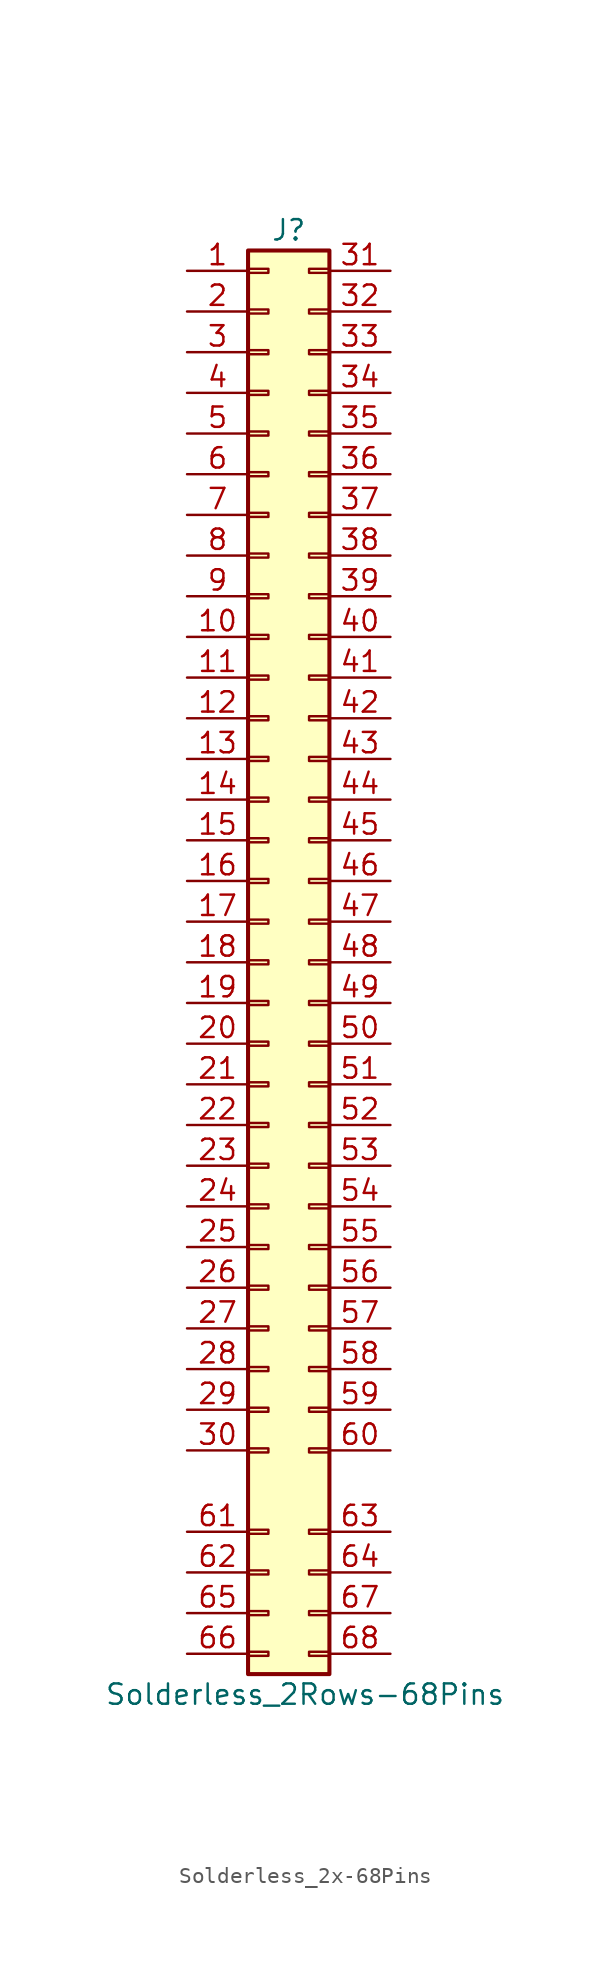
<source format=kicad_sym>
(kicad_symbol_lib
  (version 20220914)
  (generator kicad_symbol_editor)
  (symbol "Solderless_2x-68Pins"
    (pin_names
      (offset 1.016) hide)
    (property "Reference" "J"
      (at 1.27 45.72 0)
      (effects (font (size 1.27 1.27))))
    (property "Value" "Solderless_2Rows-68Pins"
      (at 2.286 -45.72 0)
      (effects (font (size 1.27 1.27))))
    (symbol "Solderless_2x-68Pins_1_1"
      (rectangle (start -1.27 -43.053) (end 0 -43.307) (stroke (width 0.152) (type default)) (fill (type none)))
      (rectangle (start -1.27 -40.513) (end 0 -40.767) (stroke (width 0.152) (type default)) (fill (type none)))
      (rectangle (start -1.27 -37.973) (end 0 -38.227) (stroke (width 0.152) (type default)) (fill (type none)))
      (rectangle (start -1.27 -35.433) (end 0 -35.687) (stroke (width 0.152) (type default)) (fill (type none)))
      (rectangle (start -1.27 -30.353) (end 0 -30.607) (stroke (width 0.152) (type default)) (fill (type none)))
      (rectangle (start -1.27 -27.813) (end 0 -28.067) (stroke (width 0.152) (type default)) (fill (type none)))
      (rectangle (start -1.27 -25.273) (end 0 -25.527) (stroke (width 0.152) (type default)) (fill (type none)))
      (rectangle (start -1.27 -22.733) (end 0 -22.987) (stroke (width 0.152) (type default)) (fill (type none)))
      (rectangle (start -1.27 -20.193) (end 0 -20.447) (stroke (width 0.152) (type default)) (fill (type none)))
      (rectangle (start -1.27 -17.653) (end 0 -17.907) (stroke (width 0.152) (type default)) (fill (type none)))
      (rectangle (start -1.27 -15.113) (end 0 -15.367) (stroke (width 0.152) (type default)) (fill (type none)))
      (rectangle (start -1.27 -12.573) (end 0 -12.827) (stroke (width 0.152) (type default)) (fill (type none)))
      (rectangle (start -1.27 -10.033) (end 0 -10.287) (stroke (width 0.152) (type default)) (fill (type none)))
      (rectangle (start -1.27 -7.493) (end 0 -7.747) (stroke (width 0.152) (type default)) (fill (type none)))
      (rectangle (start -1.27 -4.953) (end 0 -5.207) (stroke (width 0.152) (type default)) (fill (type none)))
      (rectangle (start -1.27 -2.413) (end 0 -2.667) (stroke (width 0.152) (type default)) (fill (type none)))
      (rectangle (start -1.27 0.127) (end 0 -0.127) (stroke (width 0.152) (type default)) (fill (type none)))
      (rectangle (start -1.27 2.667) (end 0 2.413) (stroke (width 0.152) (type default)) (fill (type none)))
      (rectangle (start -1.27 5.207) (end 0 4.953) (stroke (width 0.152) (type default)) (fill (type none)))
      (rectangle (start -1.27 7.747) (end 0 7.493) (stroke (width 0.152) (type default)) (fill (type none)))
      (rectangle (start -1.27 10.287) (end 0 10.033) (stroke (width 0.152) (type default)) (fill (type none)))
      (rectangle (start -1.27 12.827) (end 0 12.573) (stroke (width 0.152) (type default)) (fill (type none)))
      (rectangle (start -1.27 15.367) (end 0 15.113) (stroke (width 0.152) (type default)) (fill (type none)))
      (rectangle (start -1.27 17.907) (end 0 17.653) (stroke (width 0.152) (type default)) (fill (type none)))
      (rectangle (start -1.27 20.447) (end 0 20.193) (stroke (width 0.152) (type default)) (fill (type none)))
      (rectangle (start -1.27 22.987) (end 0 22.733) (stroke (width 0.152) (type default)) (fill (type none)))
      (rectangle (start -1.27 25.527) (end 0 25.273) (stroke (width 0.152) (type default)) (fill (type none)))
      (rectangle (start -1.27 28.067) (end 0 27.813) (stroke (width 0.152) (type default)) (fill (type none)))
      (rectangle (start -1.27 30.607) (end 0 30.353) (stroke (width 0.152) (type default)) (fill (type none)))
      (rectangle (start -1.27 33.147) (end 0 32.893) (stroke (width 0.152) (type default)) (fill (type none)))
      (rectangle (start -1.27 35.687) (end 0 35.433) (stroke (width 0.152) (type default)) (fill (type none)))
      (rectangle (start -1.27 38.227) (end 0 37.973) (stroke (width 0.152) (type default)) (fill (type none)))
      (rectangle (start -1.27 40.767) (end 0 40.513) (stroke (width 0.152) (type default)) (fill (type none)))
      (rectangle (start -1.27 43.307) (end 0 43.053) (stroke (width 0.152) (type default)) (fill (type none)))
      (rectangle (start -1.27 44.45) (end 3.81 -44.45) (stroke (width 0.254) (type default)) (fill (type background)))
      (rectangle (start 2.54 -43.053) (end 3.81 -43.307) (stroke (width 0.152) (type default)) (fill (type none)))
      (rectangle (start 3.81 -40.513) (end 2.54 -40.767) (stroke (width 0.152) (type default)) (fill (type none)))
      (rectangle (start 3.81 -37.973) (end 2.54 -38.227) (stroke (width 0.152) (type default)) (fill (type none)))
      (rectangle (start 3.81 -35.433) (end 2.54 -35.687) (stroke (width 0.152) (type default)) (fill (type none)))
      (rectangle (start 3.81 -30.353) (end 2.54 -30.607) (stroke (width 0.152) (type default)) (fill (type none)))
      (rectangle (start 3.81 -27.813) (end 2.54 -28.067) (stroke (width 0.152) (type default)) (fill (type none)))
      (rectangle (start 3.81 -25.273) (end 2.54 -25.527) (stroke (width 0.152) (type default)) (fill (type none)))
      (rectangle (start 3.81 -22.733) (end 2.54 -22.987) (stroke (width 0.152) (type default)) (fill (type none)))
      (rectangle (start 3.81 -20.193) (end 2.54 -20.447) (stroke (width 0.152) (type default)) (fill (type none)))
      (rectangle (start 3.81 -17.653) (end 2.54 -17.907) (stroke (width 0.152) (type default)) (fill (type none)))
      (rectangle (start 3.81 -15.113) (end 2.54 -15.367) (stroke (width 0.152) (type default)) (fill (type none)))
      (rectangle (start 3.81 -12.573) (end 2.54 -12.827) (stroke (width 0.152) (type default)) (fill (type none)))
      (rectangle (start 3.81 -10.033) (end 2.54 -10.287) (stroke (width 0.152) (type default)) (fill (type none)))
      (rectangle (start 3.81 -7.493) (end 2.54 -7.747) (stroke (width 0.152) (type default)) (fill (type none)))
      (rectangle (start 3.81 -4.953) (end 2.54 -5.207) (stroke (width 0.152) (type default)) (fill (type none)))
      (rectangle (start 3.81 -2.413) (end 2.54 -2.667) (stroke (width 0.152) (type default)) (fill (type none)))
      (rectangle (start 3.81 0.127) (end 2.54 -0.127) (stroke (width 0.152) (type default)) (fill (type none)))
      (rectangle (start 3.81 2.667) (end 2.54 2.413) (stroke (width 0.152) (type default)) (fill (type none)))
      (rectangle (start 3.81 5.207) (end 2.54 4.953) (stroke (width 0.152) (type default)) (fill (type none)))
      (rectangle (start 3.81 7.747) (end 2.54 7.493) (stroke (width 0.152) (type default)) (fill (type none)))
      (rectangle (start 3.81 10.287) (end 2.54 10.033) (stroke (width 0.152) (type default)) (fill (type none)))
      (rectangle (start 3.81 12.827) (end 2.54 12.573) (stroke (width 0.152) (type default)) (fill (type none)))
      (rectangle (start 3.81 15.367) (end 2.54 15.113) (stroke (width 0.152) (type default)) (fill (type none)))
      (rectangle (start 3.81 17.907) (end 2.54 17.653) (stroke (width 0.152) (type default)) (fill (type none)))
      (rectangle (start 3.81 20.447) (end 2.54 20.193) (stroke (width 0.152) (type default)) (fill (type none)))
      (rectangle (start 3.81 22.987) (end 2.54 22.733) (stroke (width 0.152) (type default)) (fill (type none)))
      (rectangle (start 3.81 25.527) (end 2.54 25.273) (stroke (width 0.152) (type default)) (fill (type none)))
      (rectangle (start 3.81 28.067) (end 2.54 27.813) (stroke (width 0.152) (type default)) (fill (type none)))
      (rectangle (start 3.81 30.607) (end 2.54 30.353) (stroke (width 0.152) (type default)) (fill (type none)))
      (rectangle (start 3.81 33.147) (end 2.54 32.893) (stroke (width 0.152) (type default)) (fill (type none)))
      (rectangle (start 3.81 35.687) (end 2.54 35.433) (stroke (width 0.152) (type default)) (fill (type none)))
      (rectangle (start 3.81 38.227) (end 2.54 37.973) (stroke (width 0.152) (type default)) (fill (type none)))
      (rectangle (start 3.81 40.767) (end 2.54 40.513) (stroke (width 0.152) (type default)) (fill (type none)))
      (rectangle (start 3.81 43.307) (end 2.54 43.053) (stroke (width 0.152) (type default)) (fill (type none)))
      (pin passive line (at -5.08 43.18 0) (length 3.81) (name "Pin_1" (effects (font (size 1.27 1.27)))) (number "1" (effects (font (size 1.27 1.27)))))
      (pin passive line (at -5.08 20.32 0) (length 3.81) (name "Pin_10" (effects (font (size 1.27 1.27)))) (number "10" (effects (font (size 1.27 1.27)))))
      (pin passive line (at -5.08 17.78 0) (length 3.81) (name "Pin_11" (effects (font (size 1.27 1.27)))) (number "11" (effects (font (size 1.27 1.27)))))
      (pin passive line (at -5.08 15.24 0) (length 3.81) (name "Pin_12" (effects (font (size 1.27 1.27)))) (number "12" (effects (font (size 1.27 1.27)))))
      (pin passive line (at -5.08 12.7 0) (length 3.81) (name "Pin_13" (effects (font (size 1.27 1.27)))) (number "13" (effects (font (size 1.27 1.27)))))
      (pin passive line (at -5.08 10.16 0) (length 3.81) (name "Pin_14" (effects (font (size 1.27 1.27)))) (number "14" (effects (font (size 1.27 1.27)))))
      (pin passive line (at -5.08 7.62 0) (length 3.81) (name "Pin_15" (effects (font (size 1.27 1.27)))) (number "15" (effects (font (size 1.27 1.27)))))
      (pin passive line (at -5.08 5.08 0) (length 3.81) (name "Pin_16" (effects (font (size 1.27 1.27)))) (number "16" (effects (font (size 1.27 1.27)))))
      (pin passive line (at -5.08 2.54 0) (length 3.81) (name "Pin_17" (effects (font (size 1.27 1.27)))) (number "17" (effects (font (size 1.27 1.27)))))
      (pin passive line (at -5.08 0 0) (length 3.81) (name "Pin_18" (effects (font (size 1.27 1.27)))) (number "18" (effects (font (size 1.27 1.27)))))
      (pin passive line (at -5.08 -2.54 0) (length 3.81) (name "Pin_19" (effects (font (size 1.27 1.27)))) (number "19" (effects (font (size 1.27 1.27)))))
      (pin passive line (at -5.08 40.64 0) (length 3.81) (name "Pin_2" (effects (font (size 1.27 1.27)))) (number "2" (effects (font (size 1.27 1.27)))))
      (pin passive line (at -5.08 -5.08 0) (length 3.81) (name "Pin_20" (effects (font (size 1.27 1.27)))) (number "20" (effects (font (size 1.27 1.27)))))
      (pin passive line (at -5.08 -7.62 0) (length 3.81) (name "Pin_21" (effects (font (size 1.27 1.27)))) (number "21" (effects (font (size 1.27 1.27)))))
      (pin passive line (at -5.08 -10.16 0) (length 3.81) (name "Pin_22" (effects (font (size 1.27 1.27)))) (number "22" (effects (font (size 1.27 1.27)))))
      (pin passive line (at -5.08 -12.7 0) (length 3.81) (name "Pin_23" (effects (font (size 1.27 1.27)))) (number "23" (effects (font (size 1.27 1.27)))))
      (pin passive line (at -5.08 -15.24 0) (length 3.81) (name "Pin_24" (effects (font (size 1.27 1.27)))) (number "24" (effects (font (size 1.27 1.27)))))
      (pin passive line (at -5.08 -17.78 0) (length 3.81) (name "Pin_25" (effects (font (size 1.27 1.27)))) (number "25" (effects (font (size 1.27 1.27)))))
      (pin passive line (at -5.08 -20.32 0) (length 3.81) (name "Pin_26" (effects (font (size 1.27 1.27)))) (number "26" (effects (font (size 1.27 1.27)))))
      (pin passive line (at -5.08 -22.86 0) (length 3.81) (name "Pin_27" (effects (font (size 1.27 1.27)))) (number "27" (effects (font (size 1.27 1.27)))))
      (pin passive line (at -5.08 -25.4 0) (length 3.81) (name "Pin_28" (effects (font (size 1.27 1.27)))) (number "28" (effects (font (size 1.27 1.27)))))
      (pin passive line (at -5.08 -27.94 0) (length 3.81) (name "Pin_29" (effects (font (size 1.27 1.27)))) (number "29" (effects (font (size 1.27 1.27)))))
      (pin passive line (at -5.08 38.1 0) (length 3.81) (name "Pin_3" (effects (font (size 1.27 1.27)))) (number "3" (effects (font (size 1.27 1.27)))))
      (pin passive line (at -5.08 -30.48 0) (length 3.81) (name "Pin_30" (effects (font (size 1.27 1.27)))) (number "30" (effects (font (size 1.27 1.27)))))
      (pin passive line (at 7.62 43.18 180) (length 3.81) (name "Pin_31" (effects (font (size 1.27 1.27)))) (number "31" (effects (font (size 1.27 1.27)))))
      (pin passive line (at 7.62 40.64 180) (length 3.81) (name "Pin_32" (effects (font (size 1.27 1.27)))) (number "32" (effects (font (size 1.27 1.27)))))
      (pin passive line (at 7.62 38.1 180) (length 3.81) (name "Pin_33" (effects (font (size 1.27 1.27)))) (number "33" (effects (font (size 1.27 1.27)))))
      (pin passive line (at 7.62 35.56 180) (length 3.81) (name "Pin_34" (effects (font (size 1.27 1.27)))) (number "34" (effects (font (size 1.27 1.27)))))
      (pin passive line (at 7.62 33.02 180) (length 3.81) (name "Pin_35" (effects (font (size 1.27 1.27)))) (number "35" (effects (font (size 1.27 1.27)))))
      (pin passive line (at 7.62 30.48 180) (length 3.81) (name "Pin_36" (effects (font (size 1.27 1.27)))) (number "36" (effects (font (size 1.27 1.27)))))
      (pin passive line (at 7.62 27.94 180) (length 3.81) (name "Pin_37" (effects (font (size 1.27 1.27)))) (number "37" (effects (font (size 1.27 1.27)))))
      (pin passive line (at 7.62 25.4 180) (length 3.81) (name "Pin_38" (effects (font (size 1.27 1.27)))) (number "38" (effects (font (size 1.27 1.27)))))
      (pin passive line (at 7.62 22.86 180) (length 3.81) (name "Pin_39" (effects (font (size 1.27 1.27)))) (number "39" (effects (font (size 1.27 1.27)))))
      (pin passive line (at -5.08 35.56 0) (length 3.81) (name "Pin_4" (effects (font (size 1.27 1.27)))) (number "4" (effects (font (size 1.27 1.27)))))
      (pin passive line (at 7.62 20.32 180) (length 3.81) (name "Pin_40" (effects (font (size 1.27 1.27)))) (number "40" (effects (font (size 1.27 1.27)))))
      (pin passive line (at 7.62 17.78 180) (length 3.81) (name "Pin_41" (effects (font (size 1.27 1.27)))) (number "41" (effects (font (size 1.27 1.27)))))
      (pin passive line (at 7.62 15.24 180) (length 3.81) (name "Pin_42" (effects (font (size 1.27 1.27)))) (number "42" (effects (font (size 1.27 1.27)))))
      (pin passive line (at 7.62 12.7 180) (length 3.81) (name "Pin_43" (effects (font (size 1.27 1.27)))) (number "43" (effects (font (size 1.27 1.27)))))
      (pin passive line (at 7.62 10.16 180) (length 3.81) (name "Pin_44" (effects (font (size 1.27 1.27)))) (number "44" (effects (font (size 1.27 1.27)))))
      (pin passive line (at 7.62 7.62 180) (length 3.81) (name "Pin_45" (effects (font (size 1.27 1.27)))) (number "45" (effects (font (size 1.27 1.27)))))
      (pin passive line (at 7.62 5.08 180) (length 3.81) (name "Pin_46" (effects (font (size 1.27 1.27)))) (number "46" (effects (font (size 1.27 1.27)))))
      (pin passive line (at 7.62 2.54 180) (length 3.81) (name "Pin_47" (effects (font (size 1.27 1.27)))) (number "47" (effects (font (size 1.27 1.27)))))
      (pin passive line (at 7.62 0 180) (length 3.81) (name "Pin_48" (effects (font (size 1.27 1.27)))) (number "48" (effects (font (size 1.27 1.27)))))
      (pin passive line (at 7.62 -2.54 180) (length 3.81) (name "Pin_49" (effects (font (size 1.27 1.27)))) (number "49" (effects (font (size 1.27 1.27)))))
      (pin passive line (at -5.08 33.02 0) (length 3.81) (name "Pin_5" (effects (font (size 1.27 1.27)))) (number "5" (effects (font (size 1.27 1.27)))))
      (pin passive line (at 7.62 -5.08 180) (length 3.81) (name "Pin_50" (effects (font (size 1.27 1.27)))) (number "50" (effects (font (size 1.27 1.27)))))
      (pin passive line (at 7.62 -7.62 180) (length 3.81) (name "Pin_51" (effects (font (size 1.27 1.27)))) (number "51" (effects (font (size 1.27 1.27)))))
      (pin passive line (at 7.62 -10.16 180) (length 3.81) (name "Pin_52" (effects (font (size 1.27 1.27)))) (number "52" (effects (font (size 1.27 1.27)))))
      (pin passive line (at 7.62 -12.7 180) (length 3.81) (name "Pin_53" (effects (font (size 1.27 1.27)))) (number "53" (effects (font (size 1.27 1.27)))))
      (pin passive line (at 7.62 -15.24 180) (length 3.81) (name "Pin_54" (effects (font (size 1.27 1.27)))) (number "54" (effects (font (size 1.27 1.27)))))
      (pin passive line (at 7.62 -17.78 180) (length 3.81) (name "Pin_55" (effects (font (size 1.27 1.27)))) (number "55" (effects (font (size 1.27 1.27)))))
      (pin passive line (at 7.62 -20.32 180) (length 3.81) (name "Pin_56" (effects (font (size 1.27 1.27)))) (number "56" (effects (font (size 1.27 1.27)))))
      (pin passive line (at 7.62 -22.86 180) (length 3.81) (name "Pin_57" (effects (font (size 1.27 1.27)))) (number "57" (effects (font (size 1.27 1.27)))))
      (pin passive line (at 7.62 -25.4 180) (length 3.81) (name "Pin_58" (effects (font (size 1.27 1.27)))) (number "58" (effects (font (size 1.27 1.27)))))
      (pin passive line (at 7.62 -27.94 180) (length 3.81) (name "Pin_59" (effects (font (size 1.27 1.27)))) (number "59" (effects (font (size 1.27 1.27)))))
      (pin passive line (at -5.08 30.48 0) (length 3.81) (name "Pin_6" (effects (font (size 1.27 1.27)))) (number "6" (effects (font (size 1.27 1.27)))))
      (pin passive line (at 7.62 -30.48 180) (length 3.81) (name "Pin_60" (effects (font (size 1.27 1.27)))) (number "60" (effects (font (size 1.27 1.27)))))
      (pin passive line (at -5.08 -35.56 0) (length 3.81) (name "Pin_61" (effects (font (size 1.27 1.27)))) (number "61" (effects (font (size 1.27 1.27)))))
      (pin passive line (at -5.08 -38.1 0) (length 3.81) (name "Pin_62" (effects (font (size 1.27 1.27)))) (number "62" (effects (font (size 1.27 1.27)))))
      (pin passive line (at 7.62 -35.56 180) (length 3.81) (name "Pin_63" (effects (font (size 1.27 1.27)))) (number "63" (effects (font (size 1.27 1.27)))))
      (pin passive line (at 7.62 -38.1 180) (length 3.81) (name "Pin_64" (effects (font (size 1.27 1.27)))) (number "64" (effects (font (size 1.27 1.27)))))
      (pin passive line (at -5.08 -40.64 0) (length 3.81) (name "Pin_65" (effects (font (size 1.27 1.27)))) (number "65" (effects (font (size 1.27 1.27)))))
      (pin passive line (at -5.08 -43.18 0) (length 3.81) (name "Pin_66" (effects (font (size 1.27 1.27)))) (number "66" (effects (font (size 1.27 1.27)))))
      (pin passive line (at 7.62 -40.64 180) (length 3.81) (name "Pin_67" (effects (font (size 1.27 1.27)))) (number "67" (effects (font (size 1.27 1.27)))))
      (pin passive line (at 7.62 -43.18 180) (length 3.81) (name "Pin_68" (effects (font (size 1.27 1.27)))) (number "68" (effects (font (size 1.27 1.27)))))
      (pin passive line (at -5.08 27.94 0) (length 3.81) (name "Pin_7" (effects (font (size 1.27 1.27)))) (number "7" (effects (font (size 1.27 1.27)))))
      (pin passive line (at -5.08 25.4 0) (length 3.81) (name "Pin_8" (effects (font (size 1.27 1.27)))) (number "8" (effects (font (size 1.27 1.27)))))
      (pin passive line (at -5.08 22.86 0) (length 3.81) (name "Pin_9" (effects (font (size 1.27 1.27)))) (number "9" (effects (font (size 1.27 1.27))))))))
</source>
